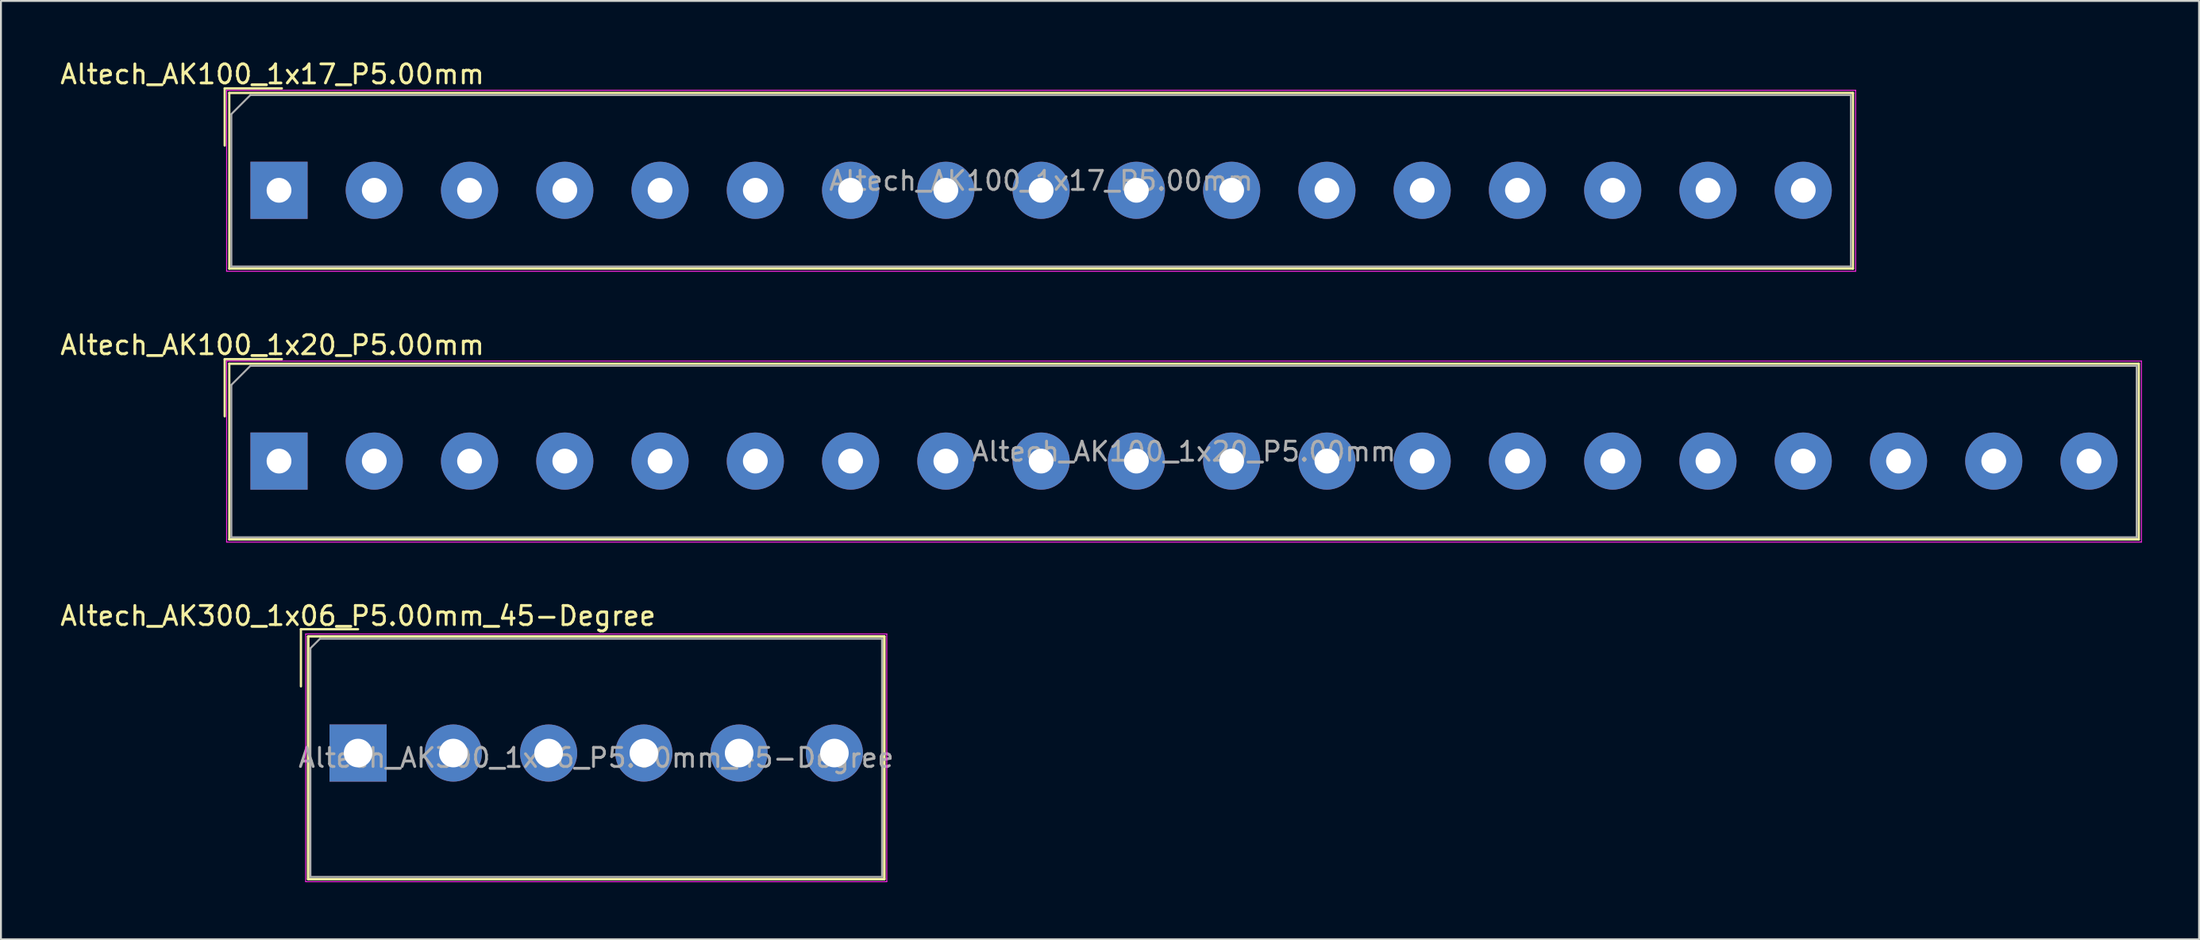
<source format=kicad_pcb>
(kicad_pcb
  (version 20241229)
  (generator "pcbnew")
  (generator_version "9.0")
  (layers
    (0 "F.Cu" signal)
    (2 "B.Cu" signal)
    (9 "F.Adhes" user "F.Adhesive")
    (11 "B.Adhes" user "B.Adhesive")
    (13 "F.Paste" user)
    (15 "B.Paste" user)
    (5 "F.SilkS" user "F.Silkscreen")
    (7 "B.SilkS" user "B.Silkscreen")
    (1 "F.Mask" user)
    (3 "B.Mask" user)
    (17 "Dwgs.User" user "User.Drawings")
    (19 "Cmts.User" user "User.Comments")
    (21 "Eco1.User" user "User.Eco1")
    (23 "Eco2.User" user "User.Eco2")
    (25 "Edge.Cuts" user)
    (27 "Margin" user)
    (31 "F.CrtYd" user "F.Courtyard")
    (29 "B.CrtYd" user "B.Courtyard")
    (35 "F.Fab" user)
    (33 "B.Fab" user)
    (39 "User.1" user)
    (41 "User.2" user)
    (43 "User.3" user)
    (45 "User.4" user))
  (footprint "Altech_AK100_1x20_P5.00mm"
    (layer "F.Cu")
    (at 11.594 21.151)
    (property "Reference" "Altech_AK100_1x20_P5.00mm" (at -0.35 -6.09 0) (layer "F.SilkS") (effects (font (size 1 1) (thickness 0.15))))
    (attr through_hole)
    (fp_line (start -2.85 -5.35) (end 0.15 -5.35) (stroke (width 0.12) (type solid)) (layer "F.SilkS"))
    (fp_line (start -2.85 -2.35) (end -2.85 -5.35) (stroke (width 0.12) (type solid)) (layer "F.SilkS"))
    (fp_line (start -2.61 -5.11) (end -2.61 4.11) (stroke (width 0.12) (type solid)) (layer "F.SilkS"))
    (fp_line (start -2.61 -5.11) (end 97.61 -5.11) (stroke (width 0.12) (type solid)) (layer "F.SilkS"))
    (fp_line (start -2.61 4.11) (end 97.61 4.11) (stroke (width 0.12) (type solid)) (layer "F.SilkS"))
    (fp_line (start 97.61 -5.11) (end 97.61 4.11) (stroke (width 0.12) (type solid)) (layer "F.SilkS"))
    (fp_line (start -2.75 -5.25) (end -2.75 4.25) (stroke (width 0.05) (type solid)) (layer "F.CrtYd"))
    (fp_line (start -2.75 -5.25) (end 97.75 -5.25) (stroke (width 0.05) (type solid)) (layer "F.CrtYd"))
    (fp_line (start -2.75 4.25) (end 97.75 4.25) (stroke (width 0.05) (type solid)) (layer "F.CrtYd"))
    (fp_line (start 97.75 -5.25) (end 97.75 4.25) (stroke (width 0.05) (type solid)) (layer "F.CrtYd"))
    (fp_line (start -2.5 -4) (end -1.5 -5) (stroke (width 0.1) (type solid)) (layer "F.Fab"))
    (fp_line (start -2.5 4) (end -2.5 -4) (stroke (width 0.1) (type solid)) (layer "F.Fab"))
    (fp_line (start -1.5 -5) (end 97.5 -5) (stroke (width 0.1) (type solid)) (layer "F.Fab"))
    (fp_line (start 97.5 -5) (end 97.5 4) (stroke (width 0.1) (type solid)) (layer "F.Fab"))
    (fp_line (start 97.5 4) (end -2.5 4) (stroke (width 0.1) (type solid)) (layer "F.Fab"))
    (fp_text user "${REFERENCE}" (at 47.5 -0.5 0) (layer "F.Fab") (effects (font (size 1 1) (thickness 0.15))))
    (pad "1" thru_hole rect (at 0 0) (size 3 3) (drill 1.3) (layers "*.Cu" "*.Mask"))
    (pad "2" thru_hole circle (at 5 0) (size 3 3) (drill 1.3) (layers "*.Cu" "*.Mask"))
    (pad "3" thru_hole circle (at 10 0) (size 3 3) (drill 1.3) (layers "*.Cu" "*.Mask"))
    (pad "4" thru_hole circle (at 15 0) (size 3 3) (drill 1.3) (layers "*.Cu" "*.Mask"))
    (pad "5" thru_hole circle (at 20 0) (size 3 3) (drill 1.3) (layers "*.Cu" "*.Mask"))
    (pad "6" thru_hole circle (at 25 0) (size 3 3) (drill 1.3) (layers "*.Cu" "*.Mask"))
    (pad "7" thru_hole circle (at 30 0) (size 3 3) (drill 1.3) (layers "*.Cu" "*.Mask"))
    (pad "8" thru_hole circle (at 35 0) (size 3 3) (drill 1.3) (layers "*.Cu" "*.Mask"))
    (pad "9" thru_hole circle (at 40 0) (size 3 3) (drill 1.3) (layers "*.Cu" "*.Mask"))
    (pad "10" thru_hole circle (at 45 0) (size 3 3) (drill 1.3) (layers "*.Cu" "*.Mask"))
    (pad "11" thru_hole circle (at 50 0) (size 3 3) (drill 1.3) (layers "*.Cu" "*.Mask"))
    (pad "12" thru_hole circle (at 55 0) (size 3 3) (drill 1.3) (layers "*.Cu" "*.Mask"))
    (pad "13" thru_hole circle (at 60 0) (size 3 3) (drill 1.3) (layers "*.Cu" "*.Mask"))
    (pad "14" thru_hole circle (at 65 0) (size 3 3) (drill 1.3) (layers "*.Cu" "*.Mask"))
    (pad "15" thru_hole circle (at 70 0) (size 3 3) (drill 1.3) (layers "*.Cu" "*.Mask"))
    (pad "16" thru_hole circle (at 75 0) (size 3 3) (drill 1.3) (layers "*.Cu" "*.Mask"))
    (pad "17" thru_hole circle (at 80 0) (size 3 3) (drill 1.3) (layers "*.Cu" "*.Mask"))
    (pad "18" thru_hole circle (at 85 0) (size 3 3) (drill 1.3) (layers "*.Cu" "*.Mask"))
    (pad "19" thru_hole circle (at 90 0) (size 3 3) (drill 1.3) (layers "*.Cu" "*.Mask"))
    (pad "20" thru_hole circle (at 95 0) (size 3 3) (drill 1.3) (layers "*.Cu" "*.Mask")))
  (footprint "Altech_AK300_1x06_P5.00mm_45-Degree"
    (layer "F.Cu")
    (at 15.744 36.475)
    (property "Reference" "Altech_AK300_1x06_P5.00mm_45-Degree" (at 0 -7.2 0) (layer "F.SilkS") (effects (font (size 1 1) (thickness 0.15))))
    (attr through_hole)
    (fp_line (start -3 -6.5) (end 0 -6.5) (stroke (width 0.12) (type solid)) (layer "F.SilkS"))
    (fp_line (start -3 -3.5) (end -3 -6.5) (stroke (width 0.12) (type solid)) (layer "F.SilkS"))
    (fp_line (start -2.62 -6.12) (end -2.62 6.62) (stroke (width 0.12) (type solid)) (layer "F.SilkS"))
    (fp_line (start -2.62 -6.12) (end -2.62 6.62) (stroke (width 0.12) (type solid)) (layer "F.SilkS"))
    (fp_line (start -2.62 -6.12) (end 27.62 -6.12) (stroke (width 0.12) (type solid)) (layer "F.SilkS"))
    (fp_line (start -2.62 -6.12) (end 27.62 -6.12) (stroke (width 0.12) (type solid)) (layer "F.SilkS"))
    (fp_line (start -2.62 6.62) (end 27.62 6.62) (stroke (width 0.12) (type solid)) (layer "F.SilkS"))
    (fp_line (start -2.62 6.62) (end 27.62 6.62) (stroke (width 0.12) (type solid)) (layer "F.SilkS"))
    (fp_line (start 27.62 -6.12) (end 27.62 6.62) (stroke (width 0.12) (type solid)) (layer "F.SilkS"))
    (fp_line (start 27.62 -6.12) (end 27.62 6.62) (stroke (width 0.12) (type solid)) (layer "F.SilkS"))
    (fp_line (start -2.75 -6.25) (end -2.75 6.75) (stroke (width 0.05) (type solid)) (layer "F.CrtYd"))
    (fp_line (start -2.75 -6.25) (end 27.75 -6.25) (stroke (width 0.05) (type solid)) (layer "F.CrtYd"))
    (fp_line (start -2.75 6.75) (end 27.75 6.75) (stroke (width 0.05) (type solid)) (layer "F.CrtYd"))
    (fp_line (start 27.75 -6.25) (end 27.75 6.75) (stroke (width 0.05) (type solid)) (layer "F.CrtYd"))
    (fp_line (start -2.5 -5.5) (end -2 -6) (stroke (width 0.1) (type solid)) (layer "F.Fab"))
    (fp_line (start -2.5 6.5) (end -2.5 -5.5) (stroke (width 0.1) (type solid)) (layer "F.Fab"))
    (fp_line (start -2 -6) (end 27.5 -6) (stroke (width 0.1) (type solid)) (layer "F.Fab"))
    (fp_line (start 27.5 -6) (end 27.5 6.5) (stroke (width 0.1) (type solid)) (layer "F.Fab"))
    (fp_line (start 27.5 6.5) (end -2.5 6.5) (stroke (width 0.1) (type solid)) (layer "F.Fab"))
    (fp_text user "${REFERENCE}" (at 12.5 0.25 0) (layer "F.Fab") (effects (font (size 1 1) (thickness 0.15))))
    (pad "1" thru_hole rect (at 0 0) (size 3 3) (drill 1.5) (layers "*.Cu" "*.Mask"))
    (pad "2" thru_hole circle (at 5 0) (size 3 3) (drill 1.5) (layers "*.Cu" "*.Mask"))
    (pad "3" thru_hole circle (at 10 0) (size 3 3) (drill 1.5) (layers "*.Cu" "*.Mask"))
    (pad "4" thru_hole circle (at 15 0) (size 3 3) (drill 1.5) (layers "*.Cu" "*.Mask"))
    (pad "5" thru_hole circle (at 20 0) (size 3 3) (drill 1.5) (layers "*.Cu" "*.Mask"))
    (pad "6" thru_hole circle (at 25 0) (size 3 3) (drill 1.5) (layers "*.Cu" "*.Mask")))
  (footprint "Altech_AK100_1x17_P5.00mm"
    (layer "F.Cu")
    (at 11.594 6.938)
    (property "Reference" "Altech_AK100_1x17_P5.00mm" (at -0.35 -6.09 0) (layer "F.SilkS") (effects (font (size 1 1) (thickness 0.15))))
    (attr through_hole)
    (fp_line (start -2.85 -5.35) (end 0.15 -5.35) (stroke (width 0.12) (type solid)) (layer "F.SilkS"))
    (fp_line (start -2.85 -2.35) (end -2.85 -5.35) (stroke (width 0.12) (type solid)) (layer "F.SilkS"))
    (fp_line (start -2.61 -5.11) (end -2.61 4.11) (stroke (width 0.12) (type solid)) (layer "F.SilkS"))
    (fp_line (start -2.61 -5.11) (end 82.61 -5.11) (stroke (width 0.12) (type solid)) (layer "F.SilkS"))
    (fp_line (start -2.61 4.11) (end 82.61 4.11) (stroke (width 0.12) (type solid)) (layer "F.SilkS"))
    (fp_line (start 82.61 -5.11) (end 82.61 4.11) (stroke (width 0.12) (type solid)) (layer "F.SilkS"))
    (fp_line (start -2.75 -5.25) (end -2.75 4.25) (stroke (width 0.05) (type solid)) (layer "F.CrtYd"))
    (fp_line (start -2.75 -5.25) (end 82.75 -5.25) (stroke (width 0.05) (type solid)) (layer "F.CrtYd"))
    (fp_line (start -2.75 4.25) (end 82.75 4.25) (stroke (width 0.05) (type solid)) (layer "F.CrtYd"))
    (fp_line (start 82.75 -5.25) (end 82.75 4.25) (stroke (width 0.05) (type solid)) (layer "F.CrtYd"))
    (fp_line (start -2.5 -4) (end -1.5 -5) (stroke (width 0.1) (type solid)) (layer "F.Fab"))
    (fp_line (start -2.5 4) (end -2.5 -4) (stroke (width 0.1) (type solid)) (layer "F.Fab"))
    (fp_line (start -1.5 -5) (end 82.5 -5) (stroke (width 0.1) (type solid)) (layer "F.Fab"))
    (fp_line (start 82.5 -5) (end 82.5 4) (stroke (width 0.1) (type solid)) (layer "F.Fab"))
    (fp_line (start 82.5 4) (end -2.5 4) (stroke (width 0.1) (type solid)) (layer "F.Fab"))
    (fp_text user "${REFERENCE}" (at 40 -0.5 0) (layer "F.Fab") (effects (font (size 1 1) (thickness 0.15))))
    (pad "1" thru_hole rect (at 0 0) (size 3 3) (drill 1.3) (layers "*.Cu" "*.Mask"))
    (pad "2" thru_hole circle (at 5 0) (size 3 3) (drill 1.3) (layers "*.Cu" "*.Mask"))
    (pad "3" thru_hole circle (at 10 0) (size 3 3) (drill 1.3) (layers "*.Cu" "*.Mask"))
    (pad "4" thru_hole circle (at 15 0) (size 3 3) (drill 1.3) (layers "*.Cu" "*.Mask"))
    (pad "5" thru_hole circle (at 20 0) (size 3 3) (drill 1.3) (layers "*.Cu" "*.Mask"))
    (pad "6" thru_hole circle (at 25 0) (size 3 3) (drill 1.3) (layers "*.Cu" "*.Mask"))
    (pad "7" thru_hole circle (at 30 0) (size 3 3) (drill 1.3) (layers "*.Cu" "*.Mask"))
    (pad "8" thru_hole circle (at 35 0) (size 3 3) (drill 1.3) (layers "*.Cu" "*.Mask"))
    (pad "9" thru_hole circle (at 40 0) (size 3 3) (drill 1.3) (layers "*.Cu" "*.Mask"))
    (pad "10" thru_hole circle (at 45 0) (size 3 3) (drill 1.3) (layers "*.Cu" "*.Mask"))
    (pad "11" thru_hole circle (at 50 0) (size 3 3) (drill 1.3) (layers "*.Cu" "*.Mask"))
    (pad "12" thru_hole circle (at 55 0) (size 3 3) (drill 1.3) (layers "*.Cu" "*.Mask"))
    (pad "13" thru_hole circle (at 60 0) (size 3 3) (drill 1.3) (layers "*.Cu" "*.Mask"))
    (pad "14" thru_hole circle (at 65 0) (size 3 3) (drill 1.3) (layers "*.Cu" "*.Mask"))
    (pad "15" thru_hole circle (at 70 0) (size 3 3) (drill 1.3) (layers "*.Cu" "*.Mask"))
    (pad "16" thru_hole circle (at 75 0) (size 3 3) (drill 1.3) (layers "*.Cu" "*.Mask"))
    (pad "17" thru_hole circle (at 80 0) (size 3 3) (drill 1.3) (layers "*.Cu" "*.Mask")))
  (gr_rect
    (start -3 -3)
    (end 112.369 46.25)
    (stroke (width 0.1) (type default))
    (fill no)
    (layer "Edge.Cuts")))
</source>
